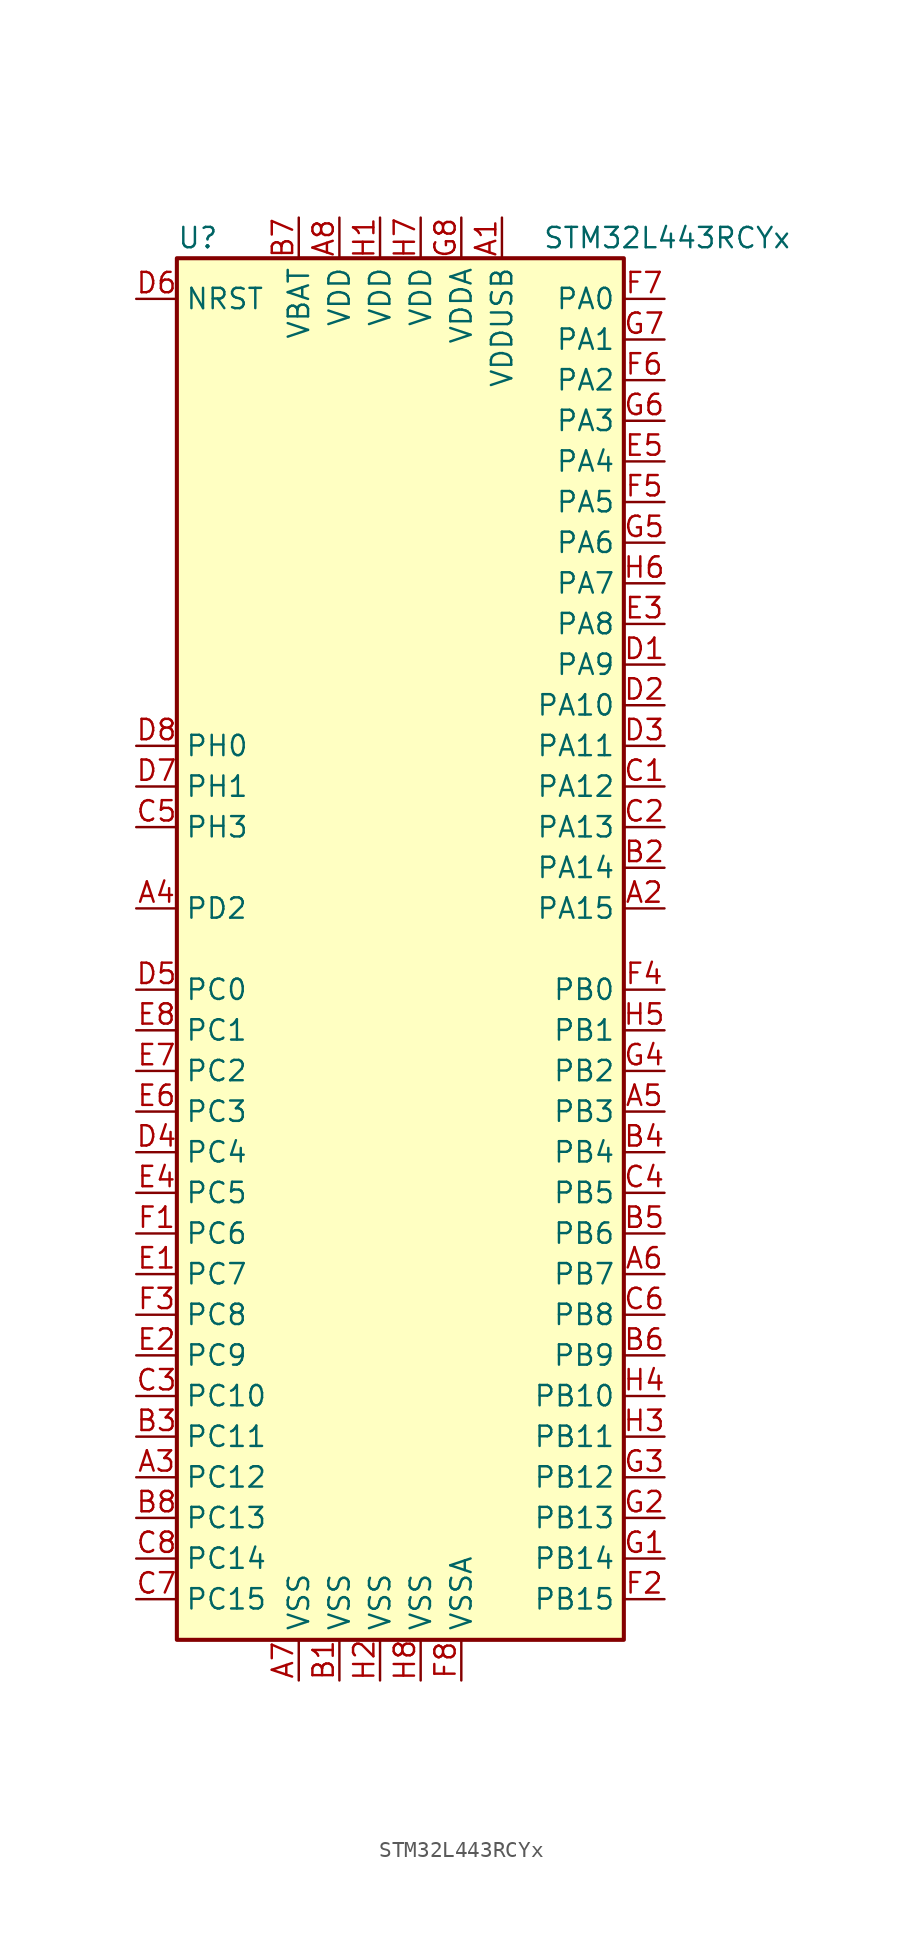
<source format=kicad_sym>
(kicad_symbol_lib
  (version 20220914)
  (generator kicad_symbol_editor)
  (symbol "STM32L443RCYx"
    (property "Reference" "U"
      (at -15.24 44.45 0)
      (effects (font (size 1.27 1.27)) (justify left)))
    (property "Value" "STM32L443RCYx"
      (at 7.62 44.45 0)
      (effects (font (size 1.27 1.27)) (justify left)))
    (symbol "STM32L443RCYx_0_1"
      (rectangle (start -15.24 -43.18) (end 12.7 43.18) (stroke (width 0.254) (type default)) (fill (type background))))
    (symbol "STM32L443RCYx_1_1"
      (pin power_in line (at 5.08 45.72 270) (length 2.54) (name "VDDUSB" (effects (font (size 1.27 1.27)))) (number "A1" (effects (font (size 1.27 1.27)))))
      (pin bidirectional line (at 15.24 2.54 180) (length 2.54) (name "PA15" (effects (font (size 1.27 1.27)))) (number "A2" (effects (font (size 1.27 1.27)))))
      (pin bidirectional line (at -17.78 -33.02 0) (length 2.54) (name "PC12" (effects (font (size 1.27 1.27)))) (number "A3" (effects (font (size 1.27 1.27)))))
      (pin bidirectional line (at -17.78 2.54 0) (length 2.54) (name "PD2" (effects (font (size 1.27 1.27)))) (number "A4" (effects (font (size 1.27 1.27)))))
      (pin bidirectional line (at 15.24 -10.16 180) (length 2.54) (name "PB3" (effects (font (size 1.27 1.27)))) (number "A5" (effects (font (size 1.27 1.27)))))
      (pin bidirectional line (at 15.24 -20.32 180) (length 2.54) (name "PB7" (effects (font (size 1.27 1.27)))) (number "A6" (effects (font (size 1.27 1.27)))))
      (pin power_in line (at -7.62 -45.72 90) (length 2.54) (name "VSS" (effects (font (size 1.27 1.27)))) (number "A7" (effects (font (size 1.27 1.27)))))
      (pin power_in line (at -5.08 45.72 270) (length 2.54) (name "VDD" (effects (font (size 1.27 1.27)))) (number "A8" (effects (font (size 1.27 1.27)))))
      (pin power_in line (at -5.08 -45.72 90) (length 2.54) (name "VSS" (effects (font (size 1.27 1.27)))) (number "B1" (effects (font (size 1.27 1.27)))))
      (pin bidirectional line (at 15.24 5.08 180) (length 2.54) (name "PA14" (effects (font (size 1.27 1.27)))) (number "B2" (effects (font (size 1.27 1.27)))))
      (pin bidirectional line (at -17.78 -30.48 0) (length 2.54) (name "PC11" (effects (font (size 1.27 1.27)))) (number "B3" (effects (font (size 1.27 1.27)))))
      (pin bidirectional line (at 15.24 -12.7 180) (length 2.54) (name "PB4" (effects (font (size 1.27 1.27)))) (number "B4" (effects (font (size 1.27 1.27)))))
      (pin bidirectional line (at 15.24 -17.78 180) (length 2.54) (name "PB6" (effects (font (size 1.27 1.27)))) (number "B5" (effects (font (size 1.27 1.27)))))
      (pin bidirectional line (at 15.24 -25.4 180) (length 2.54) (name "PB9" (effects (font (size 1.27 1.27)))) (number "B6" (effects (font (size 1.27 1.27)))))
      (pin power_in line (at -7.62 45.72 270) (length 2.54) (name "VBAT" (effects (font (size 1.27 1.27)))) (number "B7" (effects (font (size 1.27 1.27)))))
      (pin bidirectional line (at -17.78 -35.56 0) (length 2.54) (name "PC13" (effects (font (size 1.27 1.27)))) (number "B8" (effects (font (size 1.27 1.27)))))
      (pin bidirectional line (at 15.24 10.16 180) (length 2.54) (name "PA12" (effects (font (size 1.27 1.27)))) (number "C1" (effects (font (size 1.27 1.27)))))
      (pin bidirectional line (at 15.24 7.62 180) (length 2.54) (name "PA13" (effects (font (size 1.27 1.27)))) (number "C2" (effects (font (size 1.27 1.27)))))
      (pin bidirectional line (at -17.78 -27.94 0) (length 2.54) (name "PC10" (effects (font (size 1.27 1.27)))) (number "C3" (effects (font (size 1.27 1.27)))))
      (pin bidirectional line (at 15.24 -15.24 180) (length 2.54) (name "PB5" (effects (font (size 1.27 1.27)))) (number "C4" (effects (font (size 1.27 1.27)))))
      (pin bidirectional line (at -17.78 7.62 0) (length 2.54) (name "PH3" (effects (font (size 1.27 1.27)))) (number "C5" (effects (font (size 1.27 1.27)))))
      (pin bidirectional line (at 15.24 -22.86 180) (length 2.54) (name "PB8" (effects (font (size 1.27 1.27)))) (number "C6" (effects (font (size 1.27 1.27)))))
      (pin bidirectional line (at -17.78 -40.64 0) (length 2.54) (name "PC15" (effects (font (size 1.27 1.27)))) (number "C7" (effects (font (size 1.27 1.27)))))
      (pin bidirectional line (at -17.78 -38.1 0) (length 2.54) (name "PC14" (effects (font (size 1.27 1.27)))) (number "C8" (effects (font (size 1.27 1.27)))))
      (pin bidirectional line (at 15.24 17.78 180) (length 2.54) (name "PA9" (effects (font (size 1.27 1.27)))) (number "D1" (effects (font (size 1.27 1.27)))))
      (pin bidirectional line (at 15.24 15.24 180) (length 2.54) (name "PA10" (effects (font (size 1.27 1.27)))) (number "D2" (effects (font (size 1.27 1.27)))))
      (pin bidirectional line (at 15.24 12.7 180) (length 2.54) (name "PA11" (effects (font (size 1.27 1.27)))) (number "D3" (effects (font (size 1.27 1.27)))))
      (pin bidirectional line (at -17.78 -12.7 0) (length 2.54) (name "PC4" (effects (font (size 1.27 1.27)))) (number "D4" (effects (font (size 1.27 1.27)))))
      (pin bidirectional line (at -17.78 -2.54 0) (length 2.54) (name "PC0" (effects (font (size 1.27 1.27)))) (number "D5" (effects (font (size 1.27 1.27)))))
      (pin input line (at -17.78 40.64 0) (length 2.54) (name "NRST" (effects (font (size 1.27 1.27)))) (number "D6" (effects (font (size 1.27 1.27)))))
      (pin input line (at -17.78 10.16 0) (length 2.54) (name "PH1" (effects (font (size 1.27 1.27)))) (number "D7" (effects (font (size 1.27 1.27)))))
      (pin input line (at -17.78 12.7 0) (length 2.54) (name "PH0" (effects (font (size 1.27 1.27)))) (number "D8" (effects (font (size 1.27 1.27)))))
      (pin bidirectional line (at -17.78 -20.32 0) (length 2.54) (name "PC7" (effects (font (size 1.27 1.27)))) (number "E1" (effects (font (size 1.27 1.27)))))
      (pin bidirectional line (at -17.78 -25.4 0) (length 2.54) (name "PC9" (effects (font (size 1.27 1.27)))) (number "E2" (effects (font (size 1.27 1.27)))))
      (pin bidirectional line (at 15.24 20.32 180) (length 2.54) (name "PA8" (effects (font (size 1.27 1.27)))) (number "E3" (effects (font (size 1.27 1.27)))))
      (pin bidirectional line (at -17.78 -15.24 0) (length 2.54) (name "PC5" (effects (font (size 1.27 1.27)))) (number "E4" (effects (font (size 1.27 1.27)))))
      (pin bidirectional line (at 15.24 30.48 180) (length 2.54) (name "PA4" (effects (font (size 1.27 1.27)))) (number "E5" (effects (font (size 1.27 1.27)))))
      (pin bidirectional line (at -17.78 -10.16 0) (length 2.54) (name "PC3" (effects (font (size 1.27 1.27)))) (number "E6" (effects (font (size 1.27 1.27)))))
      (pin bidirectional line (at -17.78 -7.62 0) (length 2.54) (name "PC2" (effects (font (size 1.27 1.27)))) (number "E7" (effects (font (size 1.27 1.27)))))
      (pin bidirectional line (at -17.78 -5.08 0) (length 2.54) (name "PC1" (effects (font (size 1.27 1.27)))) (number "E8" (effects (font (size 1.27 1.27)))))
      (pin bidirectional line (at -17.78 -17.78 0) (length 2.54) (name "PC6" (effects (font (size 1.27 1.27)))) (number "F1" (effects (font (size 1.27 1.27)))))
      (pin bidirectional line (at 15.24 -40.64 180) (length 2.54) (name "PB15" (effects (font (size 1.27 1.27)))) (number "F2" (effects (font (size 1.27 1.27)))))
      (pin bidirectional line (at -17.78 -22.86 0) (length 2.54) (name "PC8" (effects (font (size 1.27 1.27)))) (number "F3" (effects (font (size 1.27 1.27)))))
      (pin bidirectional line (at 15.24 -2.54 180) (length 2.54) (name "PB0" (effects (font (size 1.27 1.27)))) (number "F4" (effects (font (size 1.27 1.27)))))
      (pin bidirectional line (at 15.24 27.94 180) (length 2.54) (name "PA5" (effects (font (size 1.27 1.27)))) (number "F5" (effects (font (size 1.27 1.27)))))
      (pin bidirectional line (at 15.24 35.56 180) (length 2.54) (name "PA2" (effects (font (size 1.27 1.27)))) (number "F6" (effects (font (size 1.27 1.27)))))
      (pin bidirectional line (at 15.24 40.64 180) (length 2.54) (name "PA0" (effects (font (size 1.27 1.27)))) (number "F7" (effects (font (size 1.27 1.27)))))
      (pin power_in line (at 2.54 -45.72 90) (length 2.54) (name "VSSA" (effects (font (size 1.27 1.27)))) (number "F8" (effects (font (size 1.27 1.27)))))
      (pin bidirectional line (at 15.24 -38.1 180) (length 2.54) (name "PB14" (effects (font (size 1.27 1.27)))) (number "G1" (effects (font (size 1.27 1.27)))))
      (pin bidirectional line (at 15.24 -35.56 180) (length 2.54) (name "PB13" (effects (font (size 1.27 1.27)))) (number "G2" (effects (font (size 1.27 1.27)))))
      (pin bidirectional line (at 15.24 -33.02 180) (length 2.54) (name "PB12" (effects (font (size 1.27 1.27)))) (number "G3" (effects (font (size 1.27 1.27)))))
      (pin bidirectional line (at 15.24 -7.62 180) (length 2.54) (name "PB2" (effects (font (size 1.27 1.27)))) (number "G4" (effects (font (size 1.27 1.27)))))
      (pin bidirectional line (at 15.24 25.4 180) (length 2.54) (name "PA6" (effects (font (size 1.27 1.27)))) (number "G5" (effects (font (size 1.27 1.27)))))
      (pin bidirectional line (at 15.24 33.02 180) (length 2.54) (name "PA3" (effects (font (size 1.27 1.27)))) (number "G6" (effects (font (size 1.27 1.27)))))
      (pin bidirectional line (at 15.24 38.1 180) (length 2.54) (name "PA1" (effects (font (size 1.27 1.27)))) (number "G7" (effects (font (size 1.27 1.27)))))
      (pin power_in line (at 2.54 45.72 270) (length 2.54) (name "VDDA" (effects (font (size 1.27 1.27)))) (number "G8" (effects (font (size 1.27 1.27)))))
      (pin power_in line (at -2.54 45.72 270) (length 2.54) (name "VDD" (effects (font (size 1.27 1.27)))) (number "H1" (effects (font (size 1.27 1.27)))))
      (pin power_in line (at -2.54 -45.72 90) (length 2.54) (name "VSS" (effects (font (size 1.27 1.27)))) (number "H2" (effects (font (size 1.27 1.27)))))
      (pin bidirectional line (at 15.24 -30.48 180) (length 2.54) (name "PB11" (effects (font (size 1.27 1.27)))) (number "H3" (effects (font (size 1.27 1.27)))))
      (pin bidirectional line (at 15.24 -27.94 180) (length 2.54) (name "PB10" (effects (font (size 1.27 1.27)))) (number "H4" (effects (font (size 1.27 1.27)))))
      (pin bidirectional line (at 15.24 -5.08 180) (length 2.54) (name "PB1" (effects (font (size 1.27 1.27)))) (number "H5" (effects (font (size 1.27 1.27)))))
      (pin bidirectional line (at 15.24 22.86 180) (length 2.54) (name "PA7" (effects (font (size 1.27 1.27)))) (number "H6" (effects (font (size 1.27 1.27)))))
      (pin power_in line (at 0 45.72 270) (length 2.54) (name "VDD" (effects (font (size 1.27 1.27)))) (number "H7" (effects (font (size 1.27 1.27)))))
      (pin power_in line (at 0 -45.72 90) (length 2.54) (name "VSS" (effects (font (size 1.27 1.27)))) (number "H8" (effects (font (size 1.27 1.27))))))))
</source>
